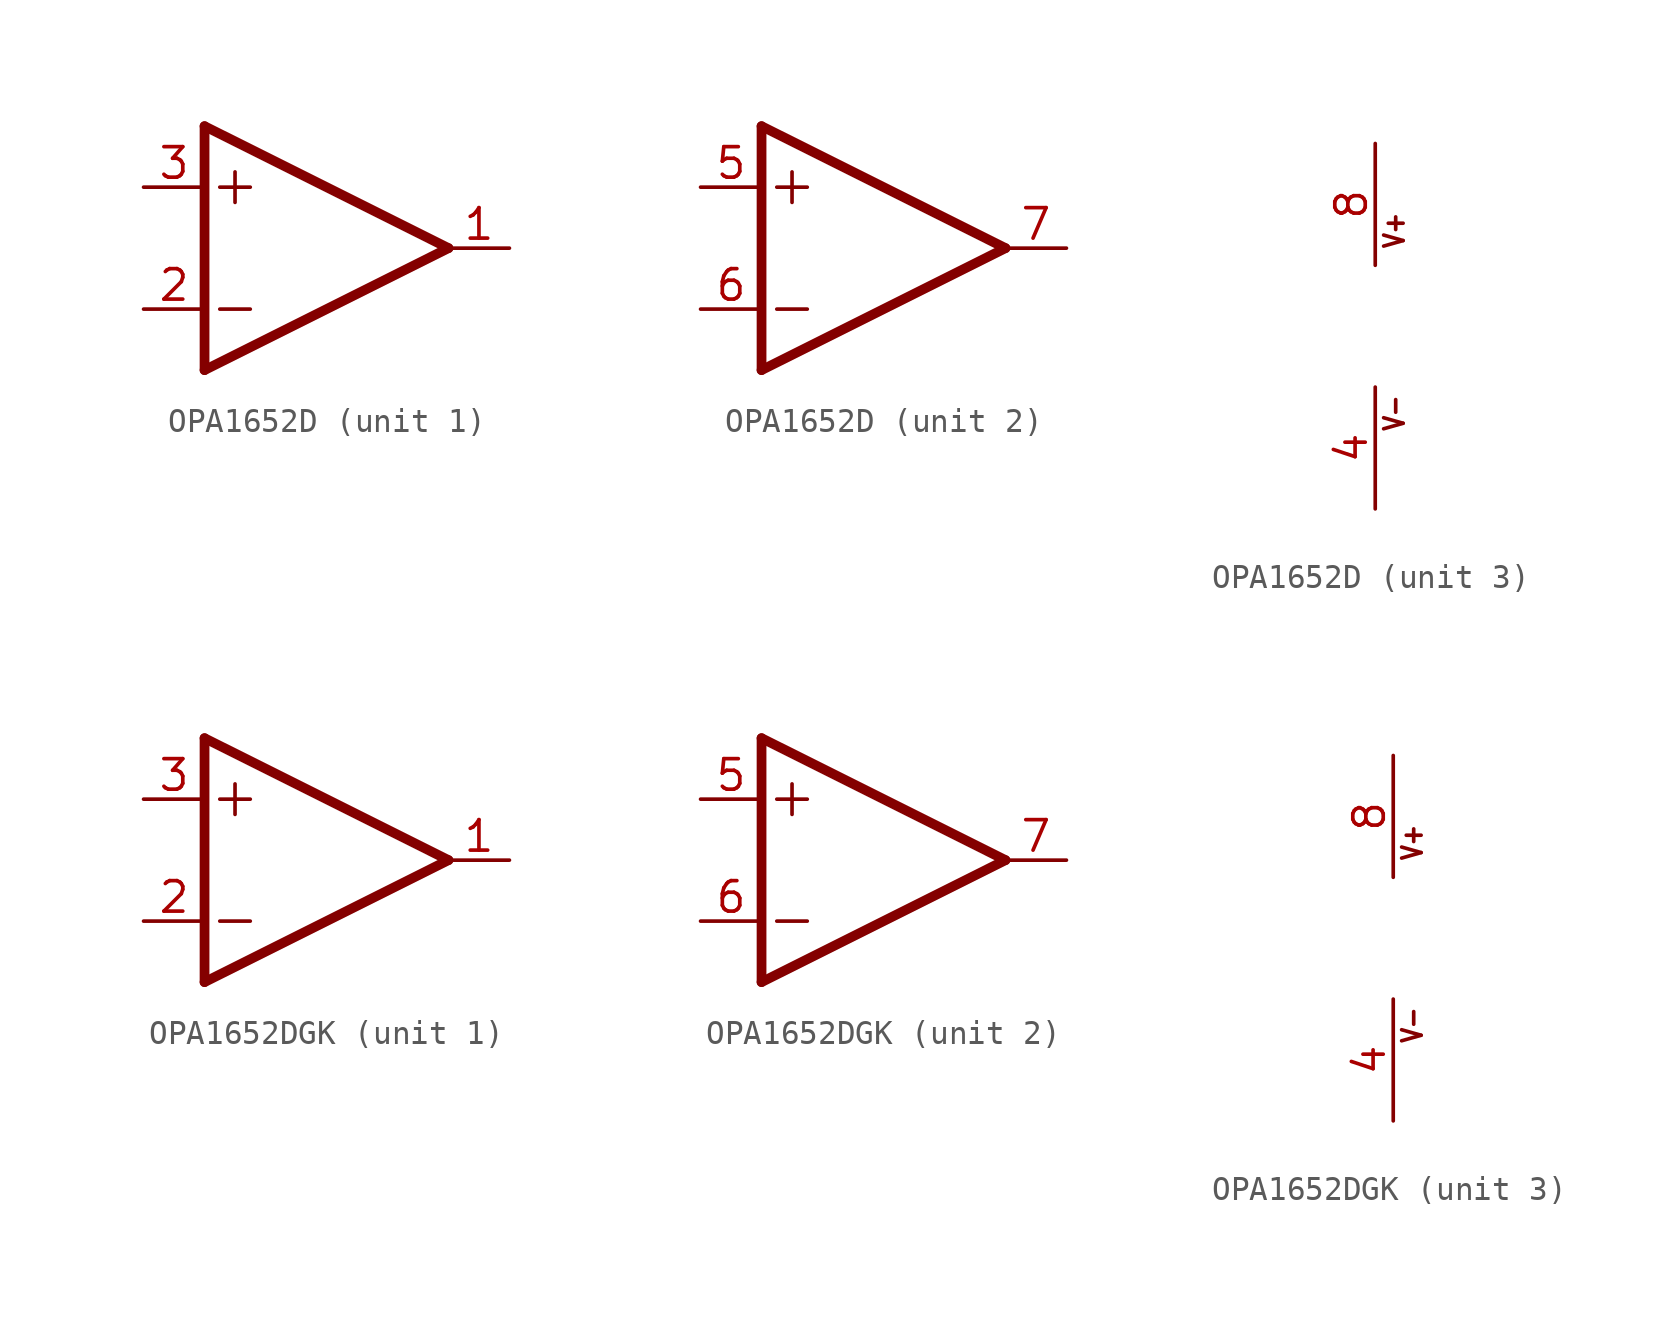
<source format=kicad_sym>
(kicad_symbol_lib
  (version 20211014)
  (generator kicad_symbol_editor)
  (symbol "OPA1652D"
    (property "Reference" ""
      (at 2.54 3.175 0)
      (effects (font (size 1.778 1.511)) (justify left bottom) hide))
    (property "ki_locked" ""
      (at 0 0 0)
      (effects (font (size 1.27 1.27))))
    (symbol "OPA1652D_1_0"
      (polyline (pts (xy -5.08 -5.08) (xy 5.08 0)) (stroke (width 0.406) (type default) (color 0 0 0 0)) (fill (type none)))
      (polyline (pts (xy -5.08 5.08) (xy -5.08 -5.08)) (stroke (width 0.406) (type default) (color 0 0 0 0)) (fill (type none)))
      (polyline (pts (xy -4.445 -2.54) (xy -3.175 -2.54)) (stroke (width 0.152) (type default) (color 0 0 0 0)) (fill (type none)))
      (polyline (pts (xy -4.445 2.54) (xy -3.175 2.54)) (stroke (width 0.152) (type default) (color 0 0 0 0)) (fill (type none)))
      (polyline (pts (xy -3.81 3.175) (xy -3.81 1.905)) (stroke (width 0.152) (type default) (color 0 0 0 0)) (fill (type none)))
      (polyline (pts (xy 5.08 0) (xy -5.08 5.08)) (stroke (width 0.406) (type default) (color 0 0 0 0)) (fill (type none)))
      (pin output line (at 7.62 0 180) (length 2.54) (name "OUT" (effects (font (size 0 0)))) (number "1" (effects (font (size 1.27 1.27)))))
      (pin input line (at -7.62 -2.54 0) (length 2.54) (name "-IN" (effects (font (size 0 0)))) (number "2" (effects (font (size 1.27 1.27)))))
      (pin input line (at -7.62 2.54 0) (length 2.54) (name "+IN" (effects (font (size 0 0)))) (number "3" (effects (font (size 1.27 1.27))))))
    (symbol "OPA1652D_2_0"
      (polyline (pts (xy -5.08 -5.08) (xy 5.08 0)) (stroke (width 0.406) (type default) (color 0 0 0 0)) (fill (type none)))
      (polyline (pts (xy -5.08 5.08) (xy -5.08 -5.08)) (stroke (width 0.406) (type default) (color 0 0 0 0)) (fill (type none)))
      (polyline (pts (xy -4.445 -2.54) (xy -3.175 -2.54)) (stroke (width 0.152) (type default) (color 0 0 0 0)) (fill (type none)))
      (polyline (pts (xy -4.445 2.54) (xy -3.175 2.54)) (stroke (width 0.152) (type default) (color 0 0 0 0)) (fill (type none)))
      (polyline (pts (xy -3.81 3.175) (xy -3.81 1.905)) (stroke (width 0.152) (type default) (color 0 0 0 0)) (fill (type none)))
      (polyline (pts (xy 5.08 0) (xy -5.08 5.08)) (stroke (width 0.406) (type default) (color 0 0 0 0)) (fill (type none)))
      (pin input line (at -7.62 2.54 0) (length 2.54) (name "+IN" (effects (font (size 0 0)))) (number "5" (effects (font (size 1.27 1.27)))))
      (pin input line (at -7.62 -2.54 0) (length 2.54) (name "-IN" (effects (font (size 0 0)))) (number "6" (effects (font (size 1.27 1.27)))))
      (pin output line (at 7.62 0 180) (length 2.54) (name "OUT" (effects (font (size 0 0)))) (number "7" (effects (font (size 1.27 1.27))))))
    (symbol "OPA1652D_3_0"
      (text "V+" (at 1.27 3.175 900) (effects (font (size 0.813 0.691)) (justify left bottom)))
      (text "V-" (at 1.27 -4.445 900) (effects (font (size 0.813 0.691)) (justify left bottom)))
      (pin power_in line (at 0 -7.62 90) (length 5.08) (name "V-" (effects (font (size 0 0)))) (number "4" (effects (font (size 1.27 1.27)))))
      (pin power_in line (at 0 7.62 270) (length 5.08) (name "V+" (effects (font (size 0 0)))) (number "8" (effects (font (size 1.27 1.27)))))))
  (symbol "OPA1652DGK"
    (property "Reference" ""
      (at 2.54 3.175 0)
      (effects (font (size 1.778 1.511)) (justify left bottom) hide))
    (property "ki_locked" ""
      (at 0 0 0)
      (effects (font (size 1.27 1.27))))
    (symbol "OPA1652DGK_1_0"
      (polyline (pts (xy -5.08 -5.08) (xy 5.08 0)) (stroke (width 0.406) (type default) (color 0 0 0 0)) (fill (type none)))
      (polyline (pts (xy -5.08 5.08) (xy -5.08 -5.08)) (stroke (width 0.406) (type default) (color 0 0 0 0)) (fill (type none)))
      (polyline (pts (xy -4.445 -2.54) (xy -3.175 -2.54)) (stroke (width 0.152) (type default) (color 0 0 0 0)) (fill (type none)))
      (polyline (pts (xy -4.445 2.54) (xy -3.175 2.54)) (stroke (width 0.152) (type default) (color 0 0 0 0)) (fill (type none)))
      (polyline (pts (xy -3.81 3.175) (xy -3.81 1.905)) (stroke (width 0.152) (type default) (color 0 0 0 0)) (fill (type none)))
      (polyline (pts (xy 5.08 0) (xy -5.08 5.08)) (stroke (width 0.406) (type default) (color 0 0 0 0)) (fill (type none)))
      (pin output line (at 7.62 0 180) (length 2.54) (name "OUT" (effects (font (size 0 0)))) (number "1" (effects (font (size 1.27 1.27)))))
      (pin input line (at -7.62 -2.54 0) (length 2.54) (name "-IN" (effects (font (size 0 0)))) (number "2" (effects (font (size 1.27 1.27)))))
      (pin input line (at -7.62 2.54 0) (length 2.54) (name "+IN" (effects (font (size 0 0)))) (number "3" (effects (font (size 1.27 1.27))))))
    (symbol "OPA1652DGK_2_0"
      (polyline (pts (xy -5.08 -5.08) (xy 5.08 0)) (stroke (width 0.406) (type default) (color 0 0 0 0)) (fill (type none)))
      (polyline (pts (xy -5.08 5.08) (xy -5.08 -5.08)) (stroke (width 0.406) (type default) (color 0 0 0 0)) (fill (type none)))
      (polyline (pts (xy -4.445 -2.54) (xy -3.175 -2.54)) (stroke (width 0.152) (type default) (color 0 0 0 0)) (fill (type none)))
      (polyline (pts (xy -4.445 2.54) (xy -3.175 2.54)) (stroke (width 0.152) (type default) (color 0 0 0 0)) (fill (type none)))
      (polyline (pts (xy -3.81 3.175) (xy -3.81 1.905)) (stroke (width 0.152) (type default) (color 0 0 0 0)) (fill (type none)))
      (polyline (pts (xy 5.08 0) (xy -5.08 5.08)) (stroke (width 0.406) (type default) (color 0 0 0 0)) (fill (type none)))
      (pin input line (at -7.62 2.54 0) (length 2.54) (name "+IN" (effects (font (size 0 0)))) (number "5" (effects (font (size 1.27 1.27)))))
      (pin input line (at -7.62 -2.54 0) (length 2.54) (name "-IN" (effects (font (size 0 0)))) (number "6" (effects (font (size 1.27 1.27)))))
      (pin output line (at 7.62 0 180) (length 2.54) (name "OUT" (effects (font (size 0 0)))) (number "7" (effects (font (size 1.27 1.27))))))
    (symbol "OPA1652DGK_3_0"
      (text "V+" (at 1.27 3.175 900) (effects (font (size 0.813 0.691)) (justify left bottom)))
      (text "V-" (at 1.27 -4.445 900) (effects (font (size 0.813 0.691)) (justify left bottom)))
      (pin power_in line (at 0 -7.62 90) (length 5.08) (name "V-" (effects (font (size 0 0)))) (number "4" (effects (font (size 1.27 1.27)))))
      (pin power_in line (at 0 7.62 270) (length 5.08) (name "V+" (effects (font (size 0 0)))) (number "8" (effects (font (size 1.27 1.27))))))))
</source>
